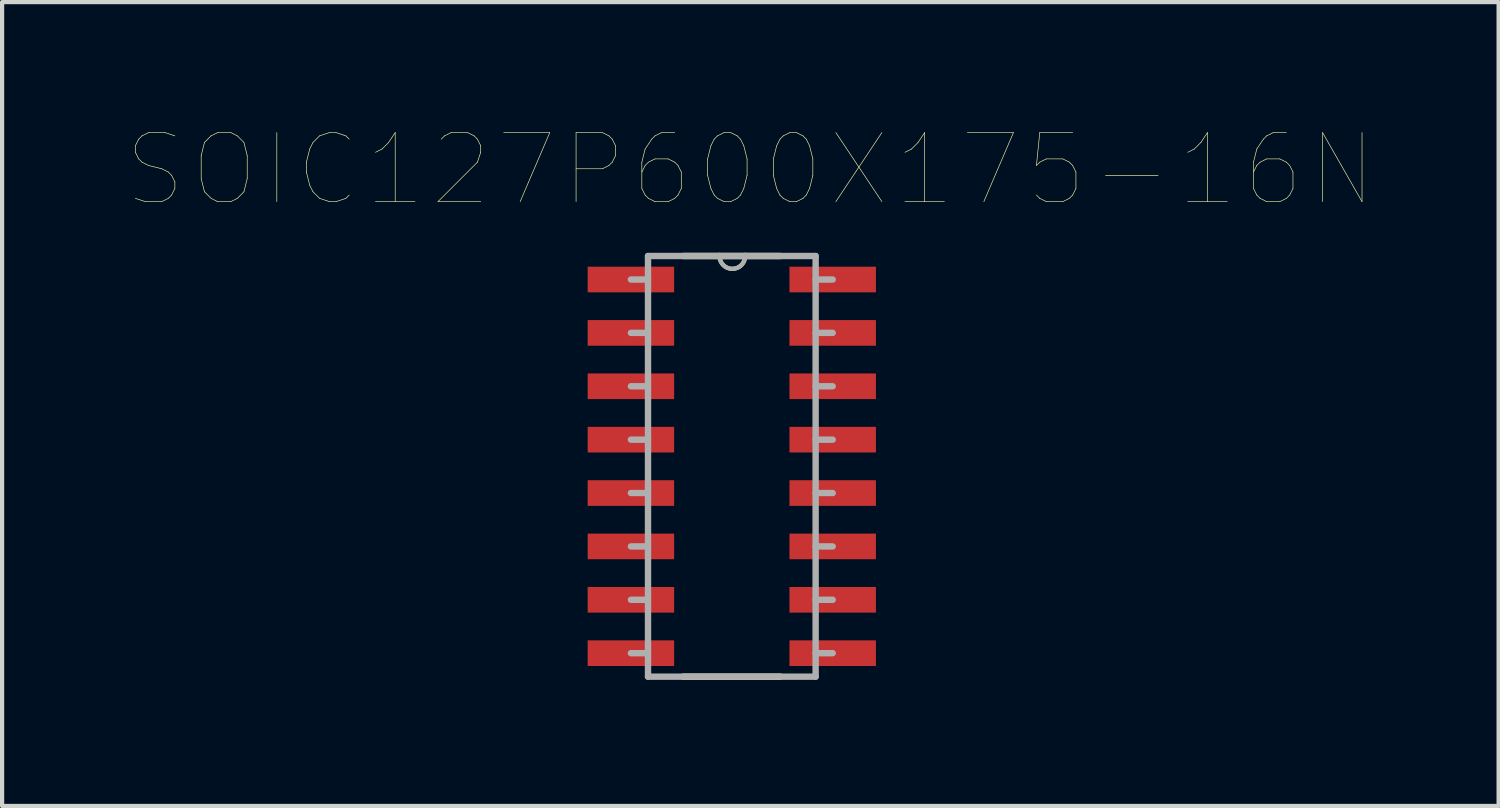
<source format=kicad_pcb>
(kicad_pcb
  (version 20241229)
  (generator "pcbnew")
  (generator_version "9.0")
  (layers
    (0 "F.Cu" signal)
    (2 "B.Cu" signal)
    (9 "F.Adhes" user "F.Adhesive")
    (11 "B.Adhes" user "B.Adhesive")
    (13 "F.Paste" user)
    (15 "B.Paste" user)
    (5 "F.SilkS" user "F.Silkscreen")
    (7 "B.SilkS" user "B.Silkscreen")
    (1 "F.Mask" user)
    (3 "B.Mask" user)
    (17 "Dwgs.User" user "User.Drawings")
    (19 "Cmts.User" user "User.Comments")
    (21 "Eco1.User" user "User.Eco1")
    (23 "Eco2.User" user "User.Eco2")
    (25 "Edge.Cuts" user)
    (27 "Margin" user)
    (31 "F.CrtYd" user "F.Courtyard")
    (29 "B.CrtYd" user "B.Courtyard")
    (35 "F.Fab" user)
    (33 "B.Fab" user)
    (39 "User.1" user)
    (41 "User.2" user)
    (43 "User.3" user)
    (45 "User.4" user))
  (footprint "SOIC127P600X175-16N"
    (layer "F.Cu")
    (at 16.761 12.49)
    (property "Reference" "SOIC127P600X175-16N" (at -1.959 -11.502 0) (layer "F.SilkS") (effects (font (size 1.643 1.643) (thickness 0.015))))
    (attr through_hole)
    (fp_line (start -3.556 0.559) (end -1.245 0.559) (stroke (width 0.152) (type solid)) (layer "F.SilkS"))
    (fp_line (start -2.692 -9.449) (end -3.556 -9.449) (stroke (width 0.152) (type solid)) (layer "F.SilkS"))
    (fp_line (start -2.083 -9.449) (end -2.692 -9.449) (stroke (width 0.152) (type solid)) (layer "F.SilkS"))
    (fp_line (start -1.245 -9.449) (end -2.083 -9.449) (stroke (width 0.152) (type solid)) (layer "F.SilkS"))
    (fp_arc (start -2.0828 -9.4488) (mid -2.3876 -9.144) (end -2.6924 -9.4488) (stroke (width 0.1) (type solid)) (layer "F.SilkS"))
    (fp_line (start -4.801 -8.89) (end -4.394 -8.89) (stroke (width 0.152) (type solid)) (layer "F.Fab"))
    (fp_line (start -4.801 -7.62) (end -4.394 -7.62) (stroke (width 0.152) (type solid)) (layer "F.Fab"))
    (fp_line (start -4.801 -6.35) (end -4.394 -6.35) (stroke (width 0.152) (type solid)) (layer "F.Fab"))
    (fp_line (start -4.801 -5.08) (end -4.394 -5.08) (stroke (width 0.152) (type solid)) (layer "F.Fab"))
    (fp_line (start -4.801 -3.81) (end -4.394 -3.81) (stroke (width 0.152) (type solid)) (layer "F.Fab"))
    (fp_line (start -4.801 -2.54) (end -4.394 -2.54) (stroke (width 0.152) (type solid)) (layer "F.Fab"))
    (fp_line (start -4.801 -1.27) (end -4.394 -1.27) (stroke (width 0.152) (type solid)) (layer "F.Fab"))
    (fp_line (start -4.801 0) (end -4.394 0) (stroke (width 0.152) (type solid)) (layer "F.Fab"))
    (fp_line (start -4.394 -9.449) (end -4.394 0.559) (stroke (width 0.152) (type solid)) (layer "F.Fab"))
    (fp_line (start -4.394 0.559) (end -0.406 0.559) (stroke (width 0.152) (type solid)) (layer "F.Fab"))
    (fp_line (start -2.692 -9.449) (end -4.394 -9.449) (stroke (width 0.152) (type solid)) (layer "F.Fab"))
    (fp_line (start -2.083 -9.449) (end -2.692 -9.449) (stroke (width 0.152) (type solid)) (layer "F.Fab"))
    (fp_line (start -0.406 -9.449) (end -2.083 -9.449) (stroke (width 0.152) (type solid)) (layer "F.Fab"))
    (fp_line (start -0.406 0.559) (end -0.406 -9.449) (stroke (width 0.152) (type solid)) (layer "F.Fab"))
    (fp_line (start 0 -8.89) (end -0.406 -8.89) (stroke (width 0.152) (type solid)) (layer "F.Fab"))
    (fp_line (start 0 -7.62) (end -0.406 -7.62) (stroke (width 0.152) (type solid)) (layer "F.Fab"))
    (fp_line (start 0 -6.35) (end -0.406 -6.35) (stroke (width 0.152) (type solid)) (layer "F.Fab"))
    (fp_line (start 0 -5.08) (end -0.406 -5.08) (stroke (width 0.152) (type solid)) (layer "F.Fab"))
    (fp_line (start 0 -3.81) (end -0.406 -3.81) (stroke (width 0.152) (type solid)) (layer "F.Fab"))
    (fp_line (start 0 -2.54) (end -0.406 -2.54) (stroke (width 0.152) (type solid)) (layer "F.Fab"))
    (fp_line (start 0 -1.27) (end -0.406 -1.27) (stroke (width 0.152) (type solid)) (layer "F.Fab"))
    (fp_line (start 0 0) (end -0.406 0) (stroke (width 0.152) (type solid)) (layer "F.Fab"))
    (fp_arc (start -2.0828 -9.4488) (mid -2.3876 -9.144) (end -2.6924 -9.4488) (stroke (width 0.1) (type solid)) (layer "F.Fab"))
    (pad "1" smd rect (at -4.801 -8.89) (size 2.057 0.61) (layers "F.Cu" "F.Mask" "F.Paste"))
    (pad "2" smd rect (at -4.801 -7.62) (size 2.057 0.61) (layers "F.Cu" "F.Mask" "F.Paste"))
    (pad "3" smd rect (at -4.801 -6.35) (size 2.057 0.61) (layers "F.Cu" "F.Mask" "F.Paste"))
    (pad "4" smd rect (at -4.801 -5.08) (size 2.057 0.61) (layers "F.Cu" "F.Mask" "F.Paste"))
    (pad "5" smd rect (at -4.801 -3.81) (size 2.057 0.61) (layers "F.Cu" "F.Mask" "F.Paste"))
    (pad "6" smd rect (at -4.801 -2.54) (size 2.057 0.61) (layers "F.Cu" "F.Mask" "F.Paste"))
    (pad "7" smd rect (at -4.801 -1.27) (size 2.057 0.61) (layers "F.Cu" "F.Mask" "F.Paste"))
    (pad "8" smd rect (at -4.801 0) (size 2.057 0.61) (layers "F.Cu" "F.Mask" "F.Paste"))
    (pad "9" smd rect (at 0 0) (size 2.057 0.61) (layers "F.Cu" "F.Mask" "F.Paste"))
    (pad "10" smd rect (at 0 -1.27) (size 2.057 0.61) (layers "F.Cu" "F.Mask" "F.Paste"))
    (pad "11" smd rect (at 0 -2.54) (size 2.057 0.61) (layers "F.Cu" "F.Mask" "F.Paste"))
    (pad "12" smd rect (at 0 -3.81) (size 2.057 0.61) (layers "F.Cu" "F.Mask" "F.Paste"))
    (pad "13" smd rect (at 0 -5.08) (size 2.057 0.61) (layers "F.Cu" "F.Mask" "F.Paste"))
    (pad "14" smd rect (at 0 -6.35) (size 2.057 0.61) (layers "F.Cu" "F.Mask" "F.Paste"))
    (pad "15" smd rect (at 0 -7.62) (size 2.057 0.61) (layers "F.Cu" "F.Mask" "F.Paste"))
    (pad "16" smd rect (at 0 -8.89) (size 2.057 0.61) (layers "F.Cu" "F.Mask" "F.Paste")))
  (gr_rect
    (start -3 -3)
    (end 32.604 16.125)
    (stroke (width 0.1) (type default))
    (fill no)
    (layer "Edge.Cuts")))
</source>
